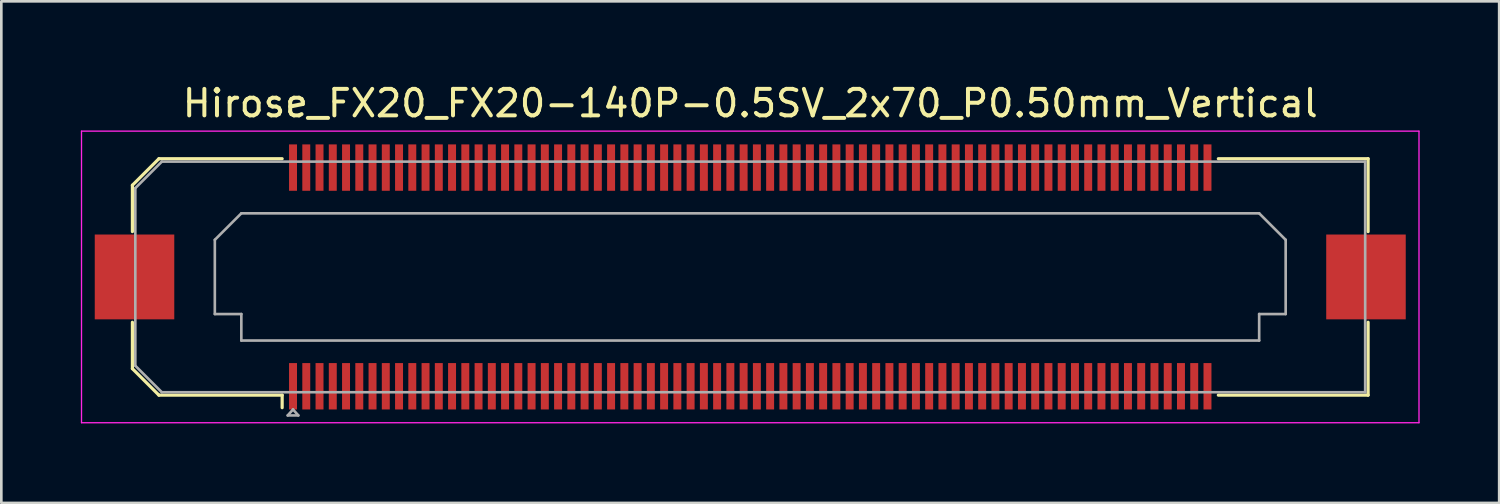
<source format=kicad_pcb>
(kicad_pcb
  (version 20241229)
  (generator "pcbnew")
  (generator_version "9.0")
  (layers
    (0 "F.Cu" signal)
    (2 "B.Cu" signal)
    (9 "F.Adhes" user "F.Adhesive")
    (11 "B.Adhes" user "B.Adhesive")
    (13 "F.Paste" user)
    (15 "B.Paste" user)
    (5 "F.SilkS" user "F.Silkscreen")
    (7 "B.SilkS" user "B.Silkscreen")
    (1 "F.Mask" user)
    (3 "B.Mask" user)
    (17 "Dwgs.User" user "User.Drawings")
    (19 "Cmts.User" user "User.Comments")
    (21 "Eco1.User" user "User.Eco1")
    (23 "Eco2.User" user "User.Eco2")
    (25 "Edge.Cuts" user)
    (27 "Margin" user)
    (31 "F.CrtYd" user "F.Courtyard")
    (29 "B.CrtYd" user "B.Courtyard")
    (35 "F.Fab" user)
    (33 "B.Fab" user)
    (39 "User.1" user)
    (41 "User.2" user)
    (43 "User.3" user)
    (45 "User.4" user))
  (footprint "Hirose_FX20_FX20-140P-0.5SV_2x70_P0.50mm_Vertical"
    (layer "F.Cu")
    (at 25.255 7.398)
    (property "Reference" "Hirose_FX20_FX20-140P-0.5SV_2x70_P0.50mm_Vertical" (at 0 -6.55 0) (layer "F.SilkS") (effects (font (size 1 1) (thickness 0.15))))
    (attr smd)
    (fp_line (start -23.31 -3.46) (end -22.31 -4.46) (stroke (width 0.12) (type solid)) (layer "F.SilkS"))
    (fp_line (start -23.31 -1.71) (end -23.31 -3.46) (stroke (width 0.12) (type solid)) (layer "F.SilkS"))
    (fp_line (start -23.31 3.46) (end -23.31 1.71) (stroke (width 0.12) (type solid)) (layer "F.SilkS"))
    (fp_line (start -22.31 -4.46) (end -17.66 -4.46) (stroke (width 0.12) (type solid)) (layer "F.SilkS"))
    (fp_line (start -22.31 4.46) (end -23.31 3.46) (stroke (width 0.12) (type solid)) (layer "F.SilkS"))
    (fp_line (start -17.66 4.46) (end -22.31 4.46) (stroke (width 0.12) (type solid)) (layer "F.SilkS"))
    (fp_line (start -17.66 4.933) (end -17.66 4.46) (stroke (width 0.12) (type solid)) (layer "F.SilkS"))
    (fp_line (start 17.66 4.46) (end 23.31 4.46) (stroke (width 0.12) (type solid)) (layer "F.SilkS"))
    (fp_line (start 23.31 -4.46) (end 17.66 -4.46) (stroke (width 0.12) (type solid)) (layer "F.SilkS"))
    (fp_line (start 23.31 -1.71) (end 23.31 -4.46) (stroke (width 0.12) (type solid)) (layer "F.SilkS"))
    (fp_line (start 23.31 4.46) (end 23.31 1.71) (stroke (width 0.12) (type solid)) (layer "F.SilkS"))
    (fp_line (start -25.23 -5.5) (end -25.23 5.5) (stroke (width 0.05) (type solid)) (layer "F.CrtYd"))
    (fp_line (start -25.23 5.5) (end 25.23 5.5) (stroke (width 0.05) (type solid)) (layer "F.CrtYd"))
    (fp_line (start 25.23 -5.5) (end -25.23 -5.5) (stroke (width 0.05) (type solid)) (layer "F.CrtYd"))
    (fp_line (start 25.23 5.5) (end 25.23 -5.5) (stroke (width 0.05) (type solid)) (layer "F.CrtYd"))
    (fp_line (start -23.2 -3.35) (end -22.2 -4.35) (stroke (width 0.1) (type solid)) (layer "F.Fab"))
    (fp_line (start -23.2 3.35) (end -23.2 -3.35) (stroke (width 0.1) (type solid)) (layer "F.Fab"))
    (fp_line (start -22.2 -4.35) (end 23.2 -4.35) (stroke (width 0.1) (type solid)) (layer "F.Fab"))
    (fp_line (start -22.2 4.35) (end -23.2 3.35) (stroke (width 0.1) (type solid)) (layer "F.Fab"))
    (fp_line (start -20.2 -1.4) (end -19.2 -2.4) (stroke (width 0.1) (type solid)) (layer "F.Fab"))
    (fp_line (start -20.2 1.4) (end -20.2 -1.4) (stroke (width 0.1) (type solid)) (layer "F.Fab"))
    (fp_line (start -19.2 -2.4) (end 19.2 -2.4) (stroke (width 0.1) (type solid)) (layer "F.Fab"))
    (fp_line (start -19.2 1.4) (end -20.2 1.4) (stroke (width 0.1) (type solid)) (layer "F.Fab"))
    (fp_line (start -19.2 2.4) (end -19.2 1.4) (stroke (width 0.1) (type solid)) (layer "F.Fab"))
    (fp_line (start -17.45 5.225) (end -17.25 5) (stroke (width 0.1) (type solid)) (layer "F.Fab"))
    (fp_line (start -17.25 5) (end -17.05 5.225) (stroke (width 0.1) (type solid)) (layer "F.Fab"))
    (fp_line (start -17.05 5.225) (end -17.45 5.225) (stroke (width 0.1) (type solid)) (layer "F.Fab"))
    (fp_line (start 19.2 -2.4) (end 20.2 -1.4) (stroke (width 0.1) (type solid)) (layer "F.Fab"))
    (fp_line (start 19.2 1.4) (end 19.2 2.4) (stroke (width 0.1) (type solid)) (layer "F.Fab"))
    (fp_line (start 19.2 2.4) (end -19.2 2.4) (stroke (width 0.1) (type solid)) (layer "F.Fab"))
    (fp_line (start 20.2 -1.4) (end 20.2 1.4) (stroke (width 0.1) (type solid)) (layer "F.Fab"))
    (fp_line (start 20.2 1.4) (end 19.2 1.4) (stroke (width 0.1) (type solid)) (layer "F.Fab"))
    (fp_line (start 23.2 -4.35) (end 23.2 4.35) (stroke (width 0.1) (type solid)) (layer "F.Fab"))
    (fp_line (start 23.2 4.35) (end -22.2 4.35) (stroke (width 0.1) (type solid)) (layer "F.Fab"))
    (pad "" smd rect (at -23.23 0) (size 2.98 3.18) (layers "F.Paste"))
    (pad "" smd rect (at -23.23 0) (size 3 3.2) (layers "F.Cu" "F.Mask"))
    (pad "" smd rect (at -17.25 -4.325) (size 0.28 1.35) (layers "F.Paste"))
    (pad "" smd rect (at -17.25 4.325) (size 0.28 1.35) (layers "F.Paste"))
    (pad "" smd rect (at -16.75 -4.325) (size 0.28 1.35) (layers "F.Paste"))
    (pad "" smd rect (at -16.75 4.325) (size 0.28 1.35) (layers "F.Paste"))
    (pad "" smd rect (at -16.25 -4.325) (size 0.28 1.35) (layers "F.Paste"))
    (pad "" smd rect (at -16.25 4.325) (size 0.28 1.35) (layers "F.Paste"))
    (pad "" smd rect (at -15.75 -4.325) (size 0.28 1.35) (layers "F.Paste"))
    (pad "" smd rect (at -15.75 4.325) (size 0.28 1.35) (layers "F.Paste"))
    (pad "" smd rect (at -15.25 -4.325) (size 0.28 1.35) (layers "F.Paste"))
    (pad "" smd rect (at -15.25 4.325) (size 0.28 1.35) (layers "F.Paste"))
    (pad "" smd rect (at -14.75 -4.325) (size 0.28 1.35) (layers "F.Paste"))
    (pad "" smd rect (at -14.75 4.325) (size 0.28 1.35) (layers "F.Paste"))
    (pad "" smd rect (at -14.25 -4.325) (size 0.28 1.35) (layers "F.Paste"))
    (pad "" smd rect (at -14.25 4.325) (size 0.28 1.35) (layers "F.Paste"))
    (pad "" smd rect (at -13.75 -4.325) (size 0.28 1.35) (layers "F.Paste"))
    (pad "" smd rect (at -13.75 4.325) (size 0.28 1.35) (layers "F.Paste"))
    (pad "" smd rect (at -13.25 -4.325) (size 0.28 1.35) (layers "F.Paste"))
    (pad "" smd rect (at -13.25 4.325) (size 0.28 1.35) (layers "F.Paste"))
    (pad "" smd rect (at -12.75 -4.325) (size 0.28 1.35) (layers "F.Paste"))
    (pad "" smd rect (at -12.75 4.325) (size 0.28 1.35) (layers "F.Paste"))
    (pad "" smd rect (at -12.25 -4.325) (size 0.28 1.35) (layers "F.Paste"))
    (pad "" smd rect (at -12.25 4.325) (size 0.28 1.35) (layers "F.Paste"))
    (pad "" smd rect (at -11.75 -4.325) (size 0.28 1.35) (layers "F.Paste"))
    (pad "" smd rect (at -11.75 4.325) (size 0.28 1.35) (layers "F.Paste"))
    (pad "" smd rect (at -11.25 -4.325) (size 0.28 1.35) (layers "F.Paste"))
    (pad "" smd rect (at -11.25 4.325) (size 0.28 1.35) (layers "F.Paste"))
    (pad "" smd rect (at -10.75 -4.325) (size 0.28 1.35) (layers "F.Paste"))
    (pad "" smd rect (at -10.75 4.325) (size 0.28 1.35) (layers "F.Paste"))
    (pad "" smd rect (at -10.25 -4.325) (size 0.28 1.35) (layers "F.Paste"))
    (pad "" smd rect (at -10.25 4.325) (size 0.28 1.35) (layers "F.Paste"))
    (pad "" smd rect (at -9.75 -4.325) (size 0.28 1.35) (layers "F.Paste"))
    (pad "" smd rect (at -9.75 4.325) (size 0.28 1.35) (layers "F.Paste"))
    (pad "" smd rect (at -9.25 -4.325) (size 0.28 1.35) (layers "F.Paste"))
    (pad "" smd rect (at -9.25 4.325) (size 0.28 1.35) (layers "F.Paste"))
    (pad "" smd rect (at -8.75 -4.325) (size 0.28 1.35) (layers "F.Paste"))
    (pad "" smd rect (at -8.75 4.325) (size 0.28 1.35) (layers "F.Paste"))
    (pad "" smd rect (at -8.25 -4.325) (size 0.28 1.35) (layers "F.Paste"))
    (pad "" smd rect (at -8.25 4.325) (size 0.28 1.35) (layers "F.Paste"))
    (pad "" smd rect (at -7.75 -4.325) (size 0.28 1.35) (layers "F.Paste"))
    (pad "" smd rect (at -7.75 4.325) (size 0.28 1.35) (layers "F.Paste"))
    (pad "" smd rect (at -7.25 -4.325) (size 0.28 1.35) (layers "F.Paste"))
    (pad "" smd rect (at -7.25 4.325) (size 0.28 1.35) (layers "F.Paste"))
    (pad "" smd rect (at -6.75 -4.325) (size 0.28 1.35) (layers "F.Paste"))
    (pad "" smd rect (at -6.75 4.325) (size 0.28 1.35) (layers "F.Paste"))
    (pad "" smd rect (at -6.25 -4.325) (size 0.28 1.35) (layers "F.Paste"))
    (pad "" smd rect (at -6.25 4.325) (size 0.28 1.35) (layers "F.Paste"))
    (pad "" smd rect (at -5.75 -4.325) (size 0.28 1.35) (layers "F.Paste"))
    (pad "" smd rect (at -5.75 4.325) (size 0.28 1.35) (layers "F.Paste"))
    (pad "" smd rect (at -5.25 -4.325) (size 0.28 1.35) (layers "F.Paste"))
    (pad "" smd rect (at -5.25 4.325) (size 0.28 1.35) (layers "F.Paste"))
    (pad "" smd rect (at -4.75 -4.325) (size 0.28 1.35) (layers "F.Paste"))
    (pad "" smd rect (at -4.75 4.325) (size 0.28 1.35) (layers "F.Paste"))
    (pad "" smd rect (at -4.25 -4.325) (size 0.28 1.35) (layers "F.Paste"))
    (pad "" smd rect (at -4.25 4.325) (size 0.28 1.35) (layers "F.Paste"))
    (pad "" smd rect (at -3.75 -4.325) (size 0.28 1.35) (layers "F.Paste"))
    (pad "" smd rect (at -3.75 4.325) (size 0.28 1.35) (layers "F.Paste"))
    (pad "" smd rect (at -3.25 -4.325) (size 0.28 1.35) (layers "F.Paste"))
    (pad "" smd rect (at -3.25 4.325) (size 0.28 1.35) (layers "F.Paste"))
    (pad "" smd rect (at -2.75 -4.325) (size 0.28 1.35) (layers "F.Paste"))
    (pad "" smd rect (at -2.75 4.325) (size 0.28 1.35) (layers "F.Paste"))
    (pad "" smd rect (at -2.25 -4.325) (size 0.28 1.35) (layers "F.Paste"))
    (pad "" smd rect (at -2.25 4.325) (size 0.28 1.35) (layers "F.Paste"))
    (pad "" smd rect (at -1.75 -4.325) (size 0.28 1.35) (layers "F.Paste"))
    (pad "" smd rect (at -1.75 4.325) (size 0.28 1.35) (layers "F.Paste"))
    (pad "" smd rect (at -1.25 -4.325) (size 0.28 1.35) (layers "F.Paste"))
    (pad "" smd rect (at -1.25 4.325) (size 0.28 1.35) (layers "F.Paste"))
    (pad "" smd rect (at -0.75 -4.325) (size 0.28 1.35) (layers "F.Paste"))
    (pad "" smd rect (at -0.75 4.325) (size 0.28 1.35) (layers "F.Paste"))
    (pad "" smd rect (at -0.25 -4.325) (size 0.28 1.35) (layers "F.Paste"))
    (pad "" smd rect (at -0.25 4.325) (size 0.28 1.35) (layers "F.Paste"))
    (pad "" smd rect (at 0.25 -4.325) (size 0.28 1.35) (layers "F.Paste"))
    (pad "" smd rect (at 0.25 4.325) (size 0.28 1.35) (layers "F.Paste"))
    (pad "" smd rect (at 0.75 -4.325) (size 0.28 1.35) (layers "F.Paste"))
    (pad "" smd rect (at 0.75 4.325) (size 0.28 1.35) (layers "F.Paste"))
    (pad "" smd rect (at 1.25 -4.325) (size 0.28 1.35) (layers "F.Paste"))
    (pad "" smd rect (at 1.25 4.325) (size 0.28 1.35) (layers "F.Paste"))
    (pad "" smd rect (at 1.75 -4.325) (size 0.28 1.35) (layers "F.Paste"))
    (pad "" smd rect (at 1.75 4.325) (size 0.28 1.35) (layers "F.Paste"))
    (pad "" smd rect (at 2.25 -4.325) (size 0.28 1.35) (layers "F.Paste"))
    (pad "" smd rect (at 2.25 4.325) (size 0.28 1.35) (layers "F.Paste"))
    (pad "" smd rect (at 2.75 -4.325) (size 0.28 1.35) (layers "F.Paste"))
    (pad "" smd rect (at 2.75 4.325) (size 0.28 1.35) (layers "F.Paste"))
    (pad "" smd rect (at 3.25 -4.325) (size 0.28 1.35) (layers "F.Paste"))
    (pad "" smd rect (at 3.25 4.325) (size 0.28 1.35) (layers "F.Paste"))
    (pad "" smd rect (at 3.75 -4.325) (size 0.28 1.35) (layers "F.Paste"))
    (pad "" smd rect (at 3.75 4.325) (size 0.28 1.35) (layers "F.Paste"))
    (pad "" smd rect (at 4.25 -4.325) (size 0.28 1.35) (layers "F.Paste"))
    (pad "" smd rect (at 4.25 4.325) (size 0.28 1.35) (layers "F.Paste"))
    (pad "" smd rect (at 4.75 -4.325) (size 0.28 1.35) (layers "F.Paste"))
    (pad "" smd rect (at 4.75 4.325) (size 0.28 1.35) (layers "F.Paste"))
    (pad "" smd rect (at 5.25 -4.325) (size 0.28 1.35) (layers "F.Paste"))
    (pad "" smd rect (at 5.25 4.325) (size 0.28 1.35) (layers "F.Paste"))
    (pad "" smd rect (at 5.75 -4.325) (size 0.28 1.35) (layers "F.Paste"))
    (pad "" smd rect (at 5.75 4.325) (size 0.28 1.35) (layers "F.Paste"))
    (pad "" smd rect (at 6.25 -4.325) (size 0.28 1.35) (layers "F.Paste"))
    (pad "" smd rect (at 6.25 4.325) (size 0.28 1.35) (layers "F.Paste"))
    (pad "" smd rect (at 6.75 -4.325) (size 0.28 1.35) (layers "F.Paste"))
    (pad "" smd rect (at 6.75 4.325) (size 0.28 1.35) (layers "F.Paste"))
    (pad "" smd rect (at 7.25 -4.325) (size 0.28 1.35) (layers "F.Paste"))
    (pad "" smd rect (at 7.25 4.325) (size 0.28 1.35) (layers "F.Paste"))
    (pad "" smd rect (at 7.75 -4.325) (size 0.28 1.35) (layers "F.Paste"))
    (pad "" smd rect (at 7.75 4.325) (size 0.28 1.35) (layers "F.Paste"))
    (pad "" smd rect (at 8.25 -4.325) (size 0.28 1.35) (layers "F.Paste"))
    (pad "" smd rect (at 8.25 4.325) (size 0.28 1.35) (layers "F.Paste"))
    (pad "" smd rect (at 8.75 -4.325) (size 0.28 1.35) (layers "F.Paste"))
    (pad "" smd rect (at 8.75 4.325) (size 0.28 1.35) (layers "F.Paste"))
    (pad "" smd rect (at 9.25 -4.325) (size 0.28 1.35) (layers "F.Paste"))
    (pad "" smd rect (at 9.25 4.325) (size 0.28 1.35) (layers "F.Paste"))
    (pad "" smd rect (at 9.75 -4.325) (size 0.28 1.35) (layers "F.Paste"))
    (pad "" smd rect (at 9.75 4.325) (size 0.28 1.35) (layers "F.Paste"))
    (pad "" smd rect (at 10.25 -4.325) (size 0.28 1.35) (layers "F.Paste"))
    (pad "" smd rect (at 10.25 4.325) (size 0.28 1.35) (layers "F.Paste"))
    (pad "" smd rect (at 10.75 -4.325) (size 0.28 1.35) (layers "F.Paste"))
    (pad "" smd rect (at 10.75 4.325) (size 0.28 1.35) (layers "F.Paste"))
    (pad "" smd rect (at 11.25 -4.325) (size 0.28 1.35) (layers "F.Paste"))
    (pad "" smd rect (at 11.25 4.325) (size 0.28 1.35) (layers "F.Paste"))
    (pad "" smd rect (at 11.75 -4.325) (size 0.28 1.35) (layers "F.Paste"))
    (pad "" smd rect (at 11.75 4.325) (size 0.28 1.35) (layers "F.Paste"))
    (pad "" smd rect (at 12.25 -4.325) (size 0.28 1.35) (layers "F.Paste"))
    (pad "" smd rect (at 12.25 4.325) (size 0.28 1.35) (layers "F.Paste"))
    (pad "" smd rect (at 12.75 -4.325) (size 0.28 1.35) (layers "F.Paste"))
    (pad "" smd rect (at 12.75 4.325) (size 0.28 1.35) (layers "F.Paste"))
    (pad "" smd rect (at 13.25 -4.325) (size 0.28 1.35) (layers "F.Paste"))
    (pad "" smd rect (at 13.25 4.325) (size 0.28 1.35) (layers "F.Paste"))
    (pad "" smd rect (at 13.75 -4.325) (size 0.28 1.35) (layers "F.Paste"))
    (pad "" smd rect (at 13.75 4.325) (size 0.28 1.35) (layers "F.Paste"))
    (pad "" smd rect (at 14.25 -4.325) (size 0.28 1.35) (layers "F.Paste"))
    (pad "" smd rect (at 14.25 4.325) (size 0.28 1.35) (layers "F.Paste"))
    (pad "" smd rect (at 14.75 -4.325) (size 0.28 1.35) (layers "F.Paste"))
    (pad "" smd rect (at 14.75 4.325) (size 0.28 1.35) (layers "F.Paste"))
    (pad "" smd rect (at 15.25 -4.325) (size 0.28 1.35) (layers "F.Paste"))
    (pad "" smd rect (at 15.25 4.325) (size 0.28 1.35) (layers "F.Paste"))
    (pad "" smd rect (at 15.75 -4.325) (size 0.28 1.35) (layers "F.Paste"))
    (pad "" smd rect (at 15.75 4.325) (size 0.28 1.35) (layers "F.Paste"))
    (pad "" smd rect (at 16.25 -4.325) (size 0.28 1.35) (layers "F.Paste"))
    (pad "" smd rect (at 16.25 4.325) (size 0.28 1.35) (layers "F.Paste"))
    (pad "" smd rect (at 16.75 -4.325) (size 0.28 1.35) (layers "F.Paste"))
    (pad "" smd rect (at 16.75 4.325) (size 0.28 1.35) (layers "F.Paste"))
    (pad "" smd rect (at 17.25 -4.325) (size 0.28 1.35) (layers "F.Paste"))
    (pad "" smd rect (at 17.25 4.325) (size 0.28 1.35) (layers "F.Paste"))
    (pad "" smd rect (at 23.23 0) (size 2.98 3.18) (layers "F.Paste"))
    (pad "" smd rect (at 23.23 0) (size 3 3.2) (layers "F.Cu" "F.Mask"))
    (pad "1" smd rect (at -17.25 4.125) (size 0.3 1.75) (layers "F.Cu" "F.Mask"))
    (pad "2" smd rect (at -17.25 -4.125) (size 0.3 1.75) (layers "F.Cu" "F.Mask"))
    (pad "3" smd rect (at -16.75 4.125) (size 0.3 1.75) (layers "F.Cu" "F.Mask"))
    (pad "4" smd rect (at -16.75 -4.125) (size 0.3 1.75) (layers "F.Cu" "F.Mask"))
    (pad "5" smd rect (at -16.25 4.125) (size 0.3 1.75) (layers "F.Cu" "F.Mask"))
    (pad "6" smd rect (at -16.25 -4.125) (size 0.3 1.75) (layers "F.Cu" "F.Mask"))
    (pad "7" smd rect (at -15.75 4.125) (size 0.3 1.75) (layers "F.Cu" "F.Mask"))
    (pad "8" smd rect (at -15.75 -4.125) (size 0.3 1.75) (layers "F.Cu" "F.Mask"))
    (pad "9" smd rect (at -15.25 4.125) (size 0.3 1.75) (layers "F.Cu" "F.Mask"))
    (pad "10" smd rect (at -15.25 -4.125) (size 0.3 1.75) (layers "F.Cu" "F.Mask"))
    (pad "11" smd rect (at -14.75 4.125) (size 0.3 1.75) (layers "F.Cu" "F.Mask"))
    (pad "12" smd rect (at -14.75 -4.125) (size 0.3 1.75) (layers "F.Cu" "F.Mask"))
    (pad "13" smd rect (at -14.25 4.125) (size 0.3 1.75) (layers "F.Cu" "F.Mask"))
    (pad "14" smd rect (at -14.25 -4.125) (size 0.3 1.75) (layers "F.Cu" "F.Mask"))
    (pad "15" smd rect (at -13.75 4.125) (size 0.3 1.75) (layers "F.Cu" "F.Mask"))
    (pad "16" smd rect (at -13.75 -4.125) (size 0.3 1.75) (layers "F.Cu" "F.Mask"))
    (pad "17" smd rect (at -13.25 4.125) (size 0.3 1.75) (layers "F.Cu" "F.Mask"))
    (pad "18" smd rect (at -13.25 -4.125) (size 0.3 1.75) (layers "F.Cu" "F.Mask"))
    (pad "19" smd rect (at -12.75 4.125) (size 0.3 1.75) (layers "F.Cu" "F.Mask"))
    (pad "20" smd rect (at -12.75 -4.125) (size 0.3 1.75) (layers "F.Cu" "F.Mask"))
    (pad "21" smd rect (at -12.25 4.125) (size 0.3 1.75) (layers "F.Cu" "F.Mask"))
    (pad "22" smd rect (at -12.25 -4.125) (size 0.3 1.75) (layers "F.Cu" "F.Mask"))
    (pad "23" smd rect (at -11.75 4.125) (size 0.3 1.75) (layers "F.Cu" "F.Mask"))
    (pad "24" smd rect (at -11.75 -4.125) (size 0.3 1.75) (layers "F.Cu" "F.Mask"))
    (pad "25" smd rect (at -11.25 4.125) (size 0.3 1.75) (layers "F.Cu" "F.Mask"))
    (pad "26" smd rect (at -11.25 -4.125) (size 0.3 1.75) (layers "F.Cu" "F.Mask"))
    (pad "27" smd rect (at -10.75 4.125) (size 0.3 1.75) (layers "F.Cu" "F.Mask"))
    (pad "28" smd rect (at -10.75 -4.125) (size 0.3 1.75) (layers "F.Cu" "F.Mask"))
    (pad "29" smd rect (at -10.25 4.125) (size 0.3 1.75) (layers "F.Cu" "F.Mask"))
    (pad "30" smd rect (at -10.25 -4.125) (size 0.3 1.75) (layers "F.Cu" "F.Mask"))
    (pad "31" smd rect (at -9.75 4.125) (size 0.3 1.75) (layers "F.Cu" "F.Mask"))
    (pad "32" smd rect (at -9.75 -4.125) (size 0.3 1.75) (layers "F.Cu" "F.Mask"))
    (pad "33" smd rect (at -9.25 4.125) (size 0.3 1.75) (layers "F.Cu" "F.Mask"))
    (pad "34" smd rect (at -9.25 -4.125) (size 0.3 1.75) (layers "F.Cu" "F.Mask"))
    (pad "35" smd rect (at -8.75 4.125) (size 0.3 1.75) (layers "F.Cu" "F.Mask"))
    (pad "36" smd rect (at -8.75 -4.125) (size 0.3 1.75) (layers "F.Cu" "F.Mask"))
    (pad "37" smd rect (at -8.25 4.125) (size 0.3 1.75) (layers "F.Cu" "F.Mask"))
    (pad "38" smd rect (at -8.25 -4.125) (size 0.3 1.75) (layers "F.Cu" "F.Mask"))
    (pad "39" smd rect (at -7.75 4.125) (size 0.3 1.75) (layers "F.Cu" "F.Mask"))
    (pad "40" smd rect (at -7.75 -4.125) (size 0.3 1.75) (layers "F.Cu" "F.Mask"))
    (pad "41" smd rect (at -7.25 4.125) (size 0.3 1.75) (layers "F.Cu" "F.Mask"))
    (pad "42" smd rect (at -7.25 -4.125) (size 0.3 1.75) (layers "F.Cu" "F.Mask"))
    (pad "43" smd rect (at -6.75 4.125) (size 0.3 1.75) (layers "F.Cu" "F.Mask"))
    (pad "44" smd rect (at -6.75 -4.125) (size 0.3 1.75) (layers "F.Cu" "F.Mask"))
    (pad "45" smd rect (at -6.25 4.125) (size 0.3 1.75) (layers "F.Cu" "F.Mask"))
    (pad "46" smd rect (at -6.25 -4.125) (size 0.3 1.75) (layers "F.Cu" "F.Mask"))
    (pad "47" smd rect (at -5.75 4.125) (size 0.3 1.75) (layers "F.Cu" "F.Mask"))
    (pad "48" smd rect (at -5.75 -4.125) (size 0.3 1.75) (layers "F.Cu" "F.Mask"))
    (pad "49" smd rect (at -5.25 4.125) (size 0.3 1.75) (layers "F.Cu" "F.Mask"))
    (pad "50" smd rect (at -5.25 -4.125) (size 0.3 1.75) (layers "F.Cu" "F.Mask"))
    (pad "51" smd rect (at -4.75 4.125) (size 0.3 1.75) (layers "F.Cu" "F.Mask"))
    (pad "52" smd rect (at -4.75 -4.125) (size 0.3 1.75) (layers "F.Cu" "F.Mask"))
    (pad "53" smd rect (at -4.25 4.125) (size 0.3 1.75) (layers "F.Cu" "F.Mask"))
    (pad "54" smd rect (at -4.25 -4.125) (size 0.3 1.75) (layers "F.Cu" "F.Mask"))
    (pad "55" smd rect (at -3.75 4.125) (size 0.3 1.75) (layers "F.Cu" "F.Mask"))
    (pad "56" smd rect (at -3.75 -4.125) (size 0.3 1.75) (layers "F.Cu" "F.Mask"))
    (pad "57" smd rect (at -3.25 4.125) (size 0.3 1.75) (layers "F.Cu" "F.Mask"))
    (pad "58" smd rect (at -3.25 -4.125) (size 0.3 1.75) (layers "F.Cu" "F.Mask"))
    (pad "59" smd rect (at -2.75 4.125) (size 0.3 1.75) (layers "F.Cu" "F.Mask"))
    (pad "60" smd rect (at -2.75 -4.125) (size 0.3 1.75) (layers "F.Cu" "F.Mask"))
    (pad "61" smd rect (at -2.25 4.125) (size 0.3 1.75) (layers "F.Cu" "F.Mask"))
    (pad "62" smd rect (at -2.25 -4.125) (size 0.3 1.75) (layers "F.Cu" "F.Mask"))
    (pad "63" smd rect (at -1.75 4.125) (size 0.3 1.75) (layers "F.Cu" "F.Mask"))
    (pad "64" smd rect (at -1.75 -4.125) (size 0.3 1.75) (layers "F.Cu" "F.Mask"))
    (pad "65" smd rect (at -1.25 4.125) (size 0.3 1.75) (layers "F.Cu" "F.Mask"))
    (pad "66" smd rect (at -1.25 -4.125) (size 0.3 1.75) (layers "F.Cu" "F.Mask"))
    (pad "67" smd rect (at -0.75 4.125) (size 0.3 1.75) (layers "F.Cu" "F.Mask"))
    (pad "68" smd rect (at -0.75 -4.125) (size 0.3 1.75) (layers "F.Cu" "F.Mask"))
    (pad "69" smd rect (at -0.25 4.125) (size 0.3 1.75) (layers "F.Cu" "F.Mask"))
    (pad "70" smd rect (at -0.25 -4.125) (size 0.3 1.75) (layers "F.Cu" "F.Mask"))
    (pad "71" smd rect (at 0.25 4.125) (size 0.3 1.75) (layers "F.Cu" "F.Mask"))
    (pad "72" smd rect (at 0.25 -4.125) (size 0.3 1.75) (layers "F.Cu" "F.Mask"))
    (pad "73" smd rect (at 0.75 4.125) (size 0.3 1.75) (layers "F.Cu" "F.Mask"))
    (pad "74" smd rect (at 0.75 -4.125) (size 0.3 1.75) (layers "F.Cu" "F.Mask"))
    (pad "75" smd rect (at 1.25 4.125) (size 0.3 1.75) (layers "F.Cu" "F.Mask"))
    (pad "76" smd rect (at 1.25 -4.125) (size 0.3 1.75) (layers "F.Cu" "F.Mask"))
    (pad "77" smd rect (at 1.75 4.125) (size 0.3 1.75) (layers "F.Cu" "F.Mask"))
    (pad "78" smd rect (at 1.75 -4.125) (size 0.3 1.75) (layers "F.Cu" "F.Mask"))
    (pad "79" smd rect (at 2.25 4.125) (size 0.3 1.75) (layers "F.Cu" "F.Mask"))
    (pad "80" smd rect (at 2.25 -4.125) (size 0.3 1.75) (layers "F.Cu" "F.Mask"))
    (pad "81" smd rect (at 2.75 4.125) (size 0.3 1.75) (layers "F.Cu" "F.Mask"))
    (pad "82" smd rect (at 2.75 -4.125) (size 0.3 1.75) (layers "F.Cu" "F.Mask"))
    (pad "83" smd rect (at 3.25 4.125) (size 0.3 1.75) (layers "F.Cu" "F.Mask"))
    (pad "84" smd rect (at 3.25 -4.125) (size 0.3 1.75) (layers "F.Cu" "F.Mask"))
    (pad "85" smd rect (at 3.75 4.125) (size 0.3 1.75) (layers "F.Cu" "F.Mask"))
    (pad "86" smd rect (at 3.75 -4.125) (size 0.3 1.75) (layers "F.Cu" "F.Mask"))
    (pad "87" smd rect (at 4.25 4.125) (size 0.3 1.75) (layers "F.Cu" "F.Mask"))
    (pad "88" smd rect (at 4.25 -4.125) (size 0.3 1.75) (layers "F.Cu" "F.Mask"))
    (pad "89" smd rect (at 4.75 4.125) (size 0.3 1.75) (layers "F.Cu" "F.Mask"))
    (pad "90" smd rect (at 4.75 -4.125) (size 0.3 1.75) (layers "F.Cu" "F.Mask"))
    (pad "91" smd rect (at 5.25 4.125) (size 0.3 1.75) (layers "F.Cu" "F.Mask"))
    (pad "92" smd rect (at 5.25 -4.125) (size 0.3 1.75) (layers "F.Cu" "F.Mask"))
    (pad "93" smd rect (at 5.75 4.125) (size 0.3 1.75) (layers "F.Cu" "F.Mask"))
    (pad "94" smd rect (at 5.75 -4.125) (size 0.3 1.75) (layers "F.Cu" "F.Mask"))
    (pad "95" smd rect (at 6.25 4.125) (size 0.3 1.75) (layers "F.Cu" "F.Mask"))
    (pad "96" smd rect (at 6.25 -4.125) (size 0.3 1.75) (layers "F.Cu" "F.Mask"))
    (pad "97" smd rect (at 6.75 4.125) (size 0.3 1.75) (layers "F.Cu" "F.Mask"))
    (pad "98" smd rect (at 6.75 -4.125) (size 0.3 1.75) (layers "F.Cu" "F.Mask"))
    (pad "99" smd rect (at 7.25 4.125) (size 0.3 1.75) (layers "F.Cu" "F.Mask"))
    (pad "100" smd rect (at 7.25 -4.125) (size 0.3 1.75) (layers "F.Cu" "F.Mask"))
    (pad "101" smd rect (at 7.75 4.125) (size 0.3 1.75) (layers "F.Cu" "F.Mask"))
    (pad "102" smd rect (at 7.75 -4.125) (size 0.3 1.75) (layers "F.Cu" "F.Mask"))
    (pad "103" smd rect (at 8.25 4.125) (size 0.3 1.75) (layers "F.Cu" "F.Mask"))
    (pad "104" smd rect (at 8.25 -4.125) (size 0.3 1.75) (layers "F.Cu" "F.Mask"))
    (pad "105" smd rect (at 8.75 4.125) (size 0.3 1.75) (layers "F.Cu" "F.Mask"))
    (pad "106" smd rect (at 8.75 -4.125) (size 0.3 1.75) (layers "F.Cu" "F.Mask"))
    (pad "107" smd rect (at 9.25 4.125) (size 0.3 1.75) (layers "F.Cu" "F.Mask"))
    (pad "108" smd rect (at 9.25 -4.125) (size 0.3 1.75) (layers "F.Cu" "F.Mask"))
    (pad "109" smd rect (at 9.75 4.125) (size 0.3 1.75) (layers "F.Cu" "F.Mask"))
    (pad "110" smd rect (at 9.75 -4.125) (size 0.3 1.75) (layers "F.Cu" "F.Mask"))
    (pad "111" smd rect (at 10.25 4.125) (size 0.3 1.75) (layers "F.Cu" "F.Mask"))
    (pad "112" smd rect (at 10.25 -4.125) (size 0.3 1.75) (layers "F.Cu" "F.Mask"))
    (pad "113" smd rect (at 10.75 4.125) (size 0.3 1.75) (layers "F.Cu" "F.Mask"))
    (pad "114" smd rect (at 10.75 -4.125) (size 0.3 1.75) (layers "F.Cu" "F.Mask"))
    (pad "115" smd rect (at 11.25 4.125) (size 0.3 1.75) (layers "F.Cu" "F.Mask"))
    (pad "116" smd rect (at 11.25 -4.125) (size 0.3 1.75) (layers "F.Cu" "F.Mask"))
    (pad "117" smd rect (at 11.75 4.125) (size 0.3 1.75) (layers "F.Cu" "F.Mask"))
    (pad "118" smd rect (at 11.75 -4.125) (size 0.3 1.75) (layers "F.Cu" "F.Mask"))
    (pad "119" smd rect (at 12.25 4.125) (size 0.3 1.75) (layers "F.Cu" "F.Mask"))
    (pad "120" smd rect (at 12.25 -4.125) (size 0.3 1.75) (layers "F.Cu" "F.Mask"))
    (pad "121" smd rect (at 12.75 4.125) (size 0.3 1.75) (layers "F.Cu" "F.Mask"))
    (pad "122" smd rect (at 12.75 -4.125) (size 0.3 1.75) (layers "F.Cu" "F.Mask"))
    (pad "123" smd rect (at 13.25 4.125) (size 0.3 1.75) (layers "F.Cu" "F.Mask"))
    (pad "124" smd rect (at 13.25 -4.125) (size 0.3 1.75) (layers "F.Cu" "F.Mask"))
    (pad "125" smd rect (at 13.75 4.125) (size 0.3 1.75) (layers "F.Cu" "F.Mask"))
    (pad "126" smd rect (at 13.75 -4.125) (size 0.3 1.75) (layers "F.Cu" "F.Mask"))
    (pad "127" smd rect (at 14.25 4.125) (size 0.3 1.75) (layers "F.Cu" "F.Mask"))
    (pad "128" smd rect (at 14.25 -4.125) (size 0.3 1.75) (layers "F.Cu" "F.Mask"))
    (pad "129" smd rect (at 14.75 4.125) (size 0.3 1.75) (layers "F.Cu" "F.Mask"))
    (pad "130" smd rect (at 14.75 -4.125) (size 0.3 1.75) (layers "F.Cu" "F.Mask"))
    (pad "131" smd rect (at 15.25 4.125) (size 0.3 1.75) (layers "F.Cu" "F.Mask"))
    (pad "132" smd rect (at 15.25 -4.125) (size 0.3 1.75) (layers "F.Cu" "F.Mask"))
    (pad "133" smd rect (at 15.75 4.125) (size 0.3 1.75) (layers "F.Cu" "F.Mask"))
    (pad "134" smd rect (at 15.75 -4.125) (size 0.3 1.75) (layers "F.Cu" "F.Mask"))
    (pad "135" smd rect (at 16.25 4.125) (size 0.3 1.75) (layers "F.Cu" "F.Mask"))
    (pad "136" smd rect (at 16.25 -4.125) (size 0.3 1.75) (layers "F.Cu" "F.Mask"))
    (pad "137" smd rect (at 16.75 4.125) (size 0.3 1.75) (layers "F.Cu" "F.Mask"))
    (pad "138" smd rect (at 16.75 -4.125) (size 0.3 1.75) (layers "F.Cu" "F.Mask"))
    (pad "139" smd rect (at 17.25 4.125) (size 0.3 1.75) (layers "F.Cu" "F.Mask"))
    (pad "140" smd rect (at 17.25 -4.125) (size 0.3 1.75) (layers "F.Cu" "F.Mask")))
  (gr_rect
    (start -3 -3)
    (end 53.51 15.923)
    (stroke (width 0.1) (type default))
    (fill no)
    (layer "Edge.Cuts")))
</source>
